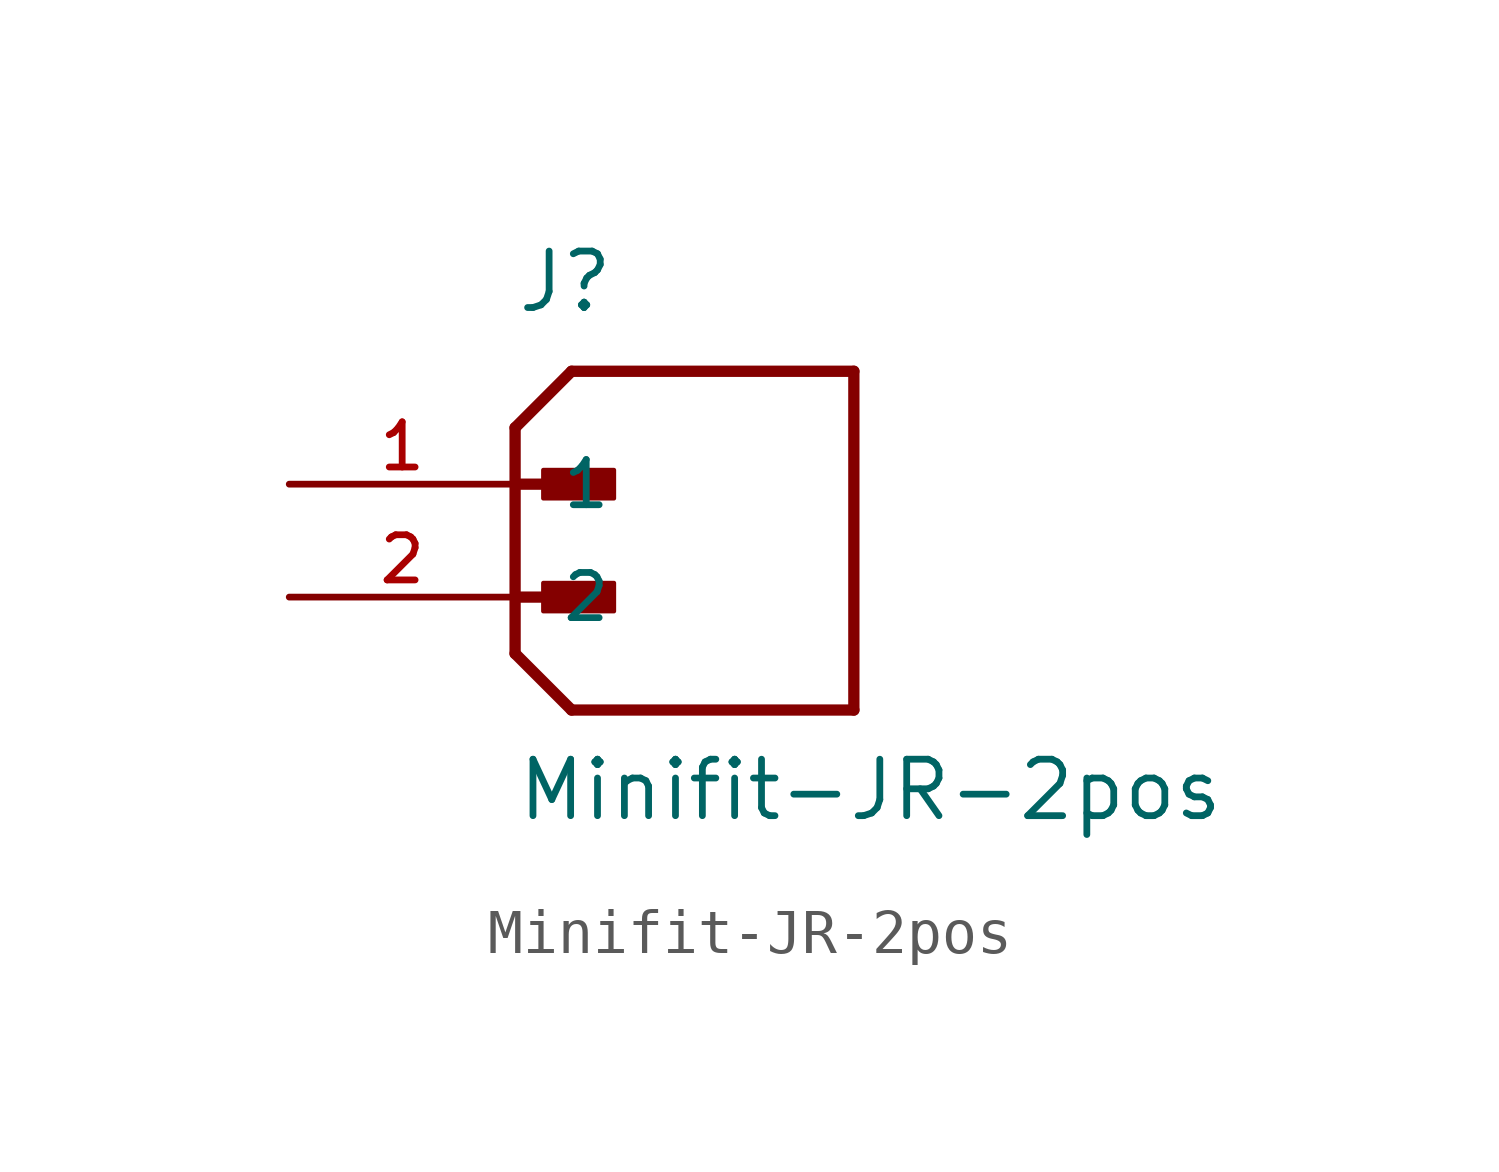
<source format=kicad_sym>
(kicad_symbol_lib
  (version 20231120)
  (generator "kicad_symbol_editor")
  (generator_version "8.0")
  (symbol "Minifit-JR-2pos"
    (pin_names
      (offset 1.016))
    (property "Reference" "J"
      (at 0 3.81 0)
      (effects (font (size 1.27 1.27)) (justify left bottom)))
    (property "Value" "Minifit-JR-2pos"
      (at 0 -7.62 0)
      (effects (font (size 1.27 1.27)) (justify left bottom)))
    (symbol "Minifit-JR-2pos_0_0"
      (polyline (pts (xy 0 -3.81) (xy 1.27 -5.08)) (stroke (width 0.254) (type default)) (fill (type none)))
      (polyline (pts (xy 0 -2.54) (xy 1.905 -2.54)) (stroke (width 0.254) (type default)) (fill (type none)))
      (polyline (pts (xy 0 0) (xy 0 -3.81)) (stroke (width 0.254) (type default)) (fill (type none)))
      (polyline (pts (xy 0 0) (xy 1.905 0)) (stroke (width 0.254) (type default)) (fill (type none)))
      (polyline (pts (xy 0 1.27) (xy 0 0)) (stroke (width 0.254) (type default)) (fill (type none)))
      (polyline (pts (xy 0 1.27) (xy 1.27 2.54)) (stroke (width 0.254) (type default)) (fill (type none)))
      (polyline (pts (xy 1.27 -5.08) (xy 7.62 -5.08)) (stroke (width 0.254) (type default)) (fill (type none)))
      (polyline (pts (xy 7.62 -5.08) (xy 7.62 2.54)) (stroke (width 0.254) (type default)) (fill (type none)))
      (polyline (pts (xy 7.62 2.54) (xy 1.27 2.54)) (stroke (width 0.254) (type default)) (fill (type none)))
      (rectangle (start 0.635 -2.857) (end 2.223 -2.223) (stroke (width 0.1) (type default)) (fill (type outline)))
      (rectangle (start 0.635 -0.318) (end 2.223 0.318) (stroke (width 0.1) (type default)) (fill (type outline)))
      (pin passive line (at -5.08 0 0) (length 5.08) (name "1" (effects (font (size 1.016 1.016)))) (number "1" (effects (font (size 1.016 1.016)))))
      (pin passive line (at -5.08 -2.54 0) (length 5.08) (name "2" (effects (font (size 1.016 1.016)))) (number "2" (effects (font (size 1.016 1.016))))))))
</source>
